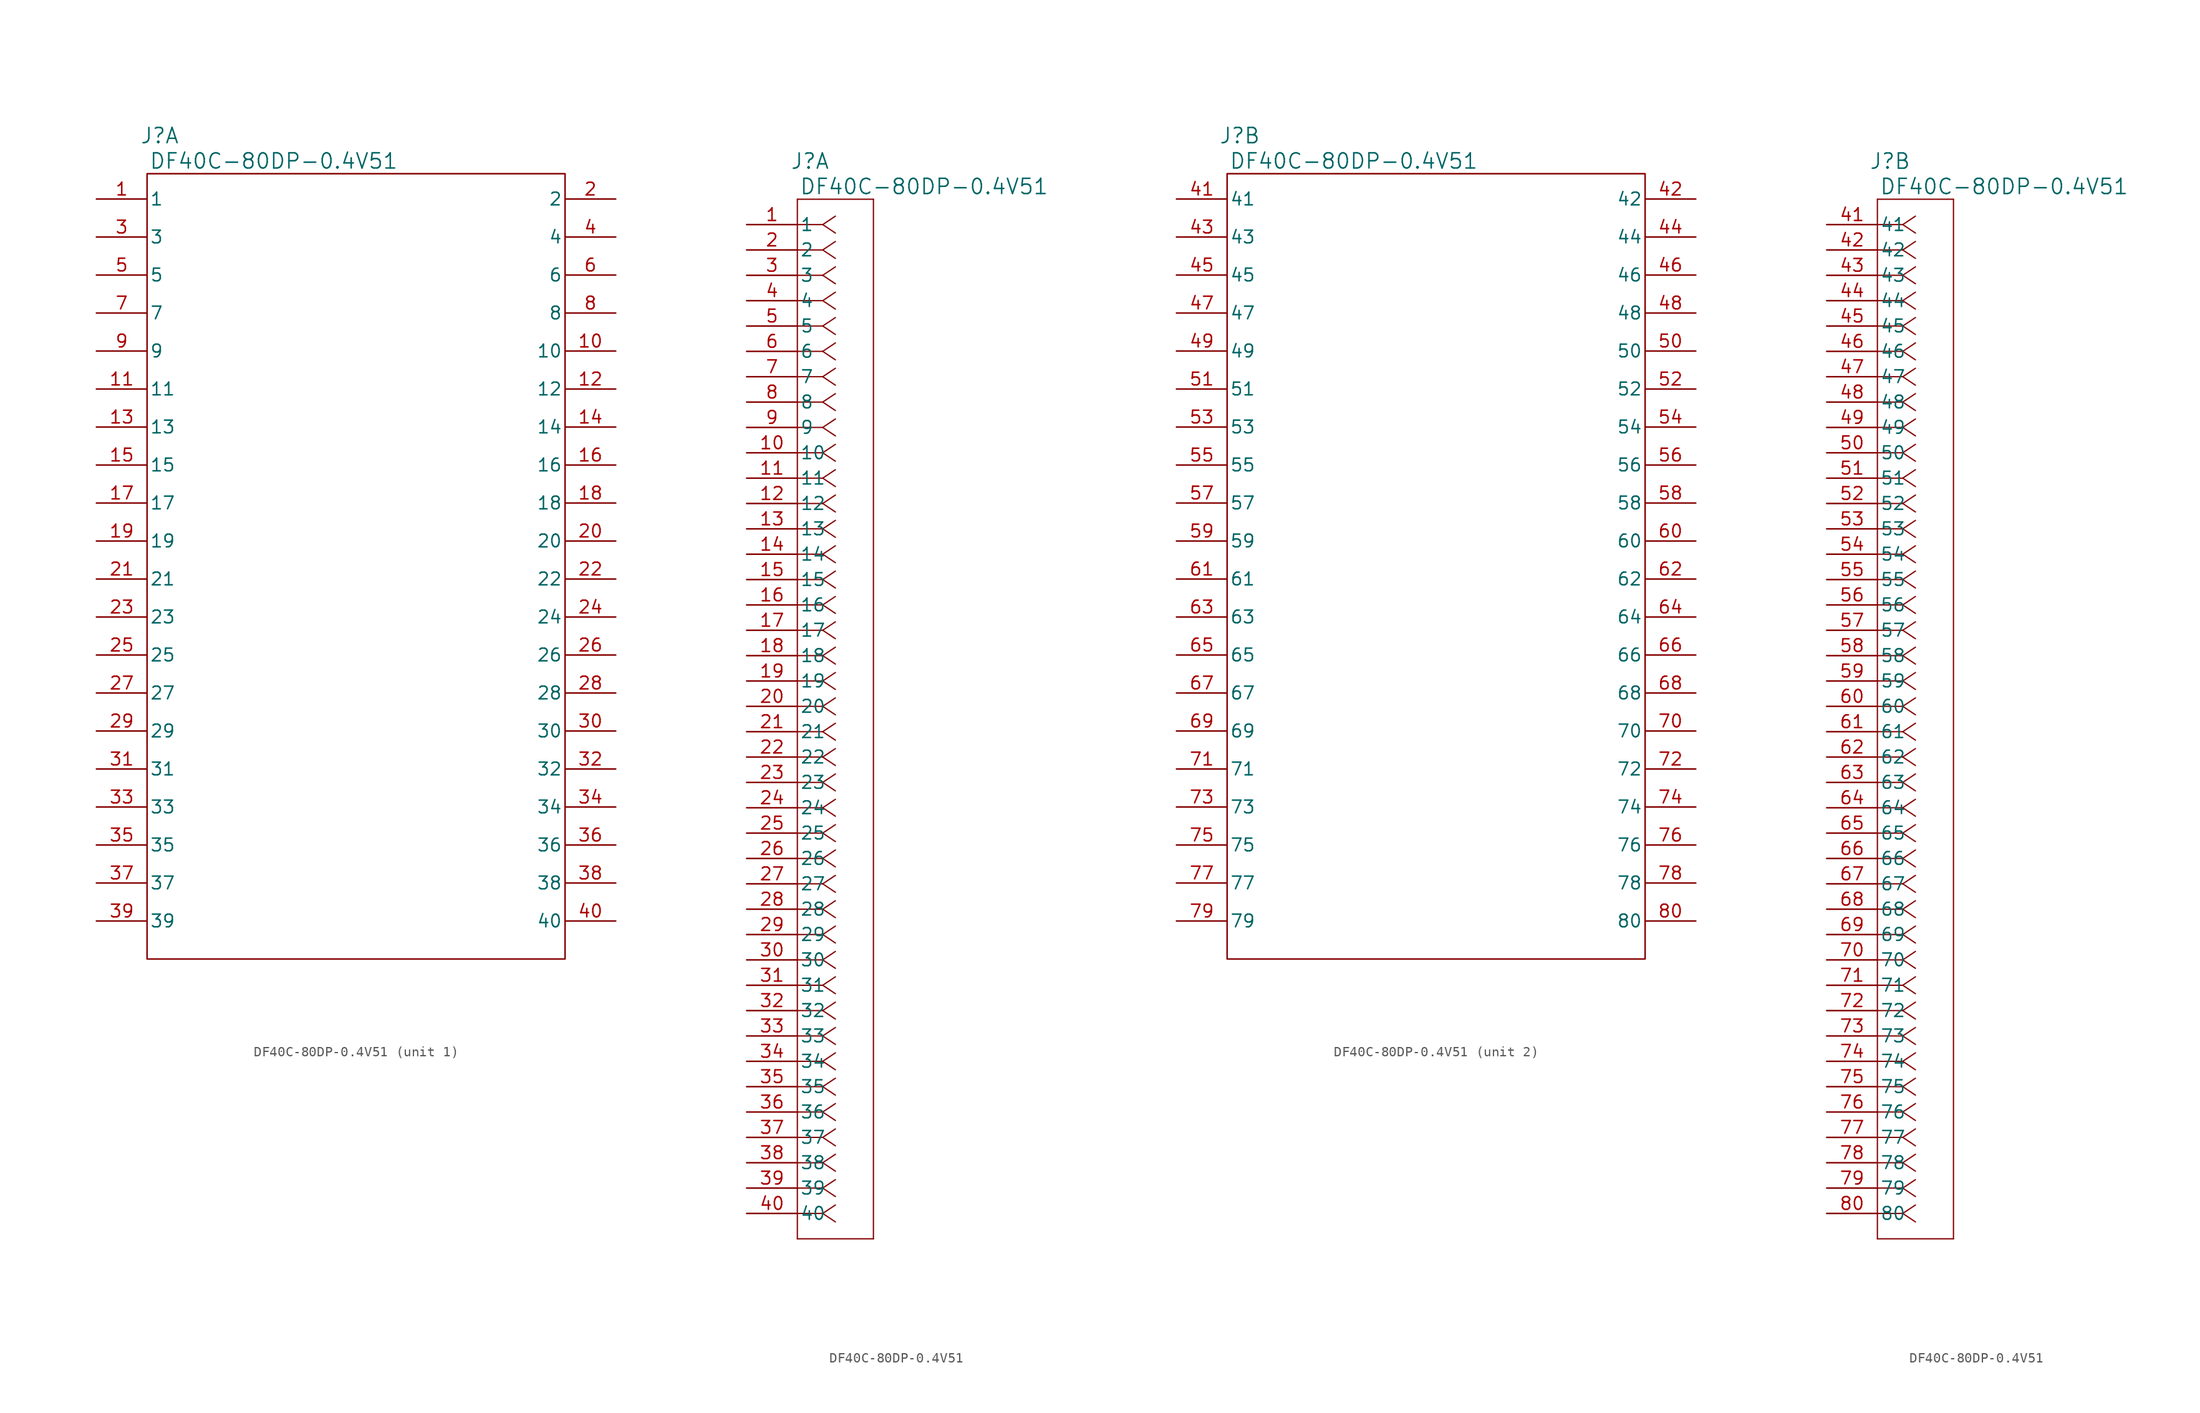
<source format=kicad_sym>
(kicad_symbol_lib
  (version 20220914)
  (generator kicad_symbol_editor)
  (symbol "DF40C-80DP-0.4V51"
    (pin_names
      (offset 0.254))
    (property "Reference" "J"
      (at 6.35 6.35 0)
      (effects (font (size 1.524 1.524))))
    (property "Value" "DF40C-80DP-0.4V51"
      (at 17.78 3.81 0)
      (effects (font (size 1.524 1.524))))
    (property "ki_locked" ""
      (at 0 0 0)
      (effects (font (size 1.27 1.27))))
    (symbol "DF40C-80DP-0.4V51_1_1"
      (rectangle (start 5.08 2.54) (end 46.99 -76.2) (stroke (width 0) (type default)) (fill (type none)))
      (pin unspecified line (at 0 0 0) (length 5.08) (name "1" (effects (font (size 1.27 1.27)))) (number "1" (effects (font (size 1.27 1.27)))))
      (pin unspecified line (at 52.07 -15.24 180) (length 5.08) (name "10" (effects (font (size 1.27 1.27)))) (number "10" (effects (font (size 1.27 1.27)))))
      (pin unspecified line (at 0 -19.05 0) (length 5.08) (name "11" (effects (font (size 1.27 1.27)))) (number "11" (effects (font (size 1.27 1.27)))))
      (pin unspecified line (at 52.07 -19.05 180) (length 5.08) (name "12" (effects (font (size 1.27 1.27)))) (number "12" (effects (font (size 1.27 1.27)))))
      (pin unspecified line (at 0 -22.86 0) (length 5.08) (name "13" (effects (font (size 1.27 1.27)))) (number "13" (effects (font (size 1.27 1.27)))))
      (pin unspecified line (at 52.07 -22.86 180) (length 5.08) (name "14" (effects (font (size 1.27 1.27)))) (number "14" (effects (font (size 1.27 1.27)))))
      (pin unspecified line (at 0 -26.67 0) (length 5.08) (name "15" (effects (font (size 1.27 1.27)))) (number "15" (effects (font (size 1.27 1.27)))))
      (pin unspecified line (at 52.07 -26.67 180) (length 5.08) (name "16" (effects (font (size 1.27 1.27)))) (number "16" (effects (font (size 1.27 1.27)))))
      (pin unspecified line (at 0 -30.48 0) (length 5.08) (name "17" (effects (font (size 1.27 1.27)))) (number "17" (effects (font (size 1.27 1.27)))))
      (pin unspecified line (at 52.07 -30.48 180) (length 5.08) (name "18" (effects (font (size 1.27 1.27)))) (number "18" (effects (font (size 1.27 1.27)))))
      (pin unspecified line (at 0 -34.29 0) (length 5.08) (name "19" (effects (font (size 1.27 1.27)))) (number "19" (effects (font (size 1.27 1.27)))))
      (pin unspecified line (at 52.07 0 180) (length 5.08) (name "2" (effects (font (size 1.27 1.27)))) (number "2" (effects (font (size 1.27 1.27)))))
      (pin unspecified line (at 52.07 -34.29 180) (length 5.08) (name "20" (effects (font (size 1.27 1.27)))) (number "20" (effects (font (size 1.27 1.27)))))
      (pin unspecified line (at 0 -38.1 0) (length 5.08) (name "21" (effects (font (size 1.27 1.27)))) (number "21" (effects (font (size 1.27 1.27)))))
      (pin unspecified line (at 52.07 -38.1 180) (length 5.08) (name "22" (effects (font (size 1.27 1.27)))) (number "22" (effects (font (size 1.27 1.27)))))
      (pin unspecified line (at 0 -41.91 0) (length 5.08) (name "23" (effects (font (size 1.27 1.27)))) (number "23" (effects (font (size 1.27 1.27)))))
      (pin unspecified line (at 52.07 -41.91 180) (length 5.08) (name "24" (effects (font (size 1.27 1.27)))) (number "24" (effects (font (size 1.27 1.27)))))
      (pin unspecified line (at 0 -45.72 0) (length 5.08) (name "25" (effects (font (size 1.27 1.27)))) (number "25" (effects (font (size 1.27 1.27)))))
      (pin unspecified line (at 52.07 -45.72 180) (length 5.08) (name "26" (effects (font (size 1.27 1.27)))) (number "26" (effects (font (size 1.27 1.27)))))
      (pin unspecified line (at 0 -49.53 0) (length 5.08) (name "27" (effects (font (size 1.27 1.27)))) (number "27" (effects (font (size 1.27 1.27)))))
      (pin unspecified line (at 52.07 -49.53 180) (length 5.08) (name "28" (effects (font (size 1.27 1.27)))) (number "28" (effects (font (size 1.27 1.27)))))
      (pin unspecified line (at 0 -53.34 0) (length 5.08) (name "29" (effects (font (size 1.27 1.27)))) (number "29" (effects (font (size 1.27 1.27)))))
      (pin unspecified line (at 0 -3.81 0) (length 5.08) (name "3" (effects (font (size 1.27 1.27)))) (number "3" (effects (font (size 1.27 1.27)))))
      (pin unspecified line (at 52.07 -53.34 180) (length 5.08) (name "30" (effects (font (size 1.27 1.27)))) (number "30" (effects (font (size 1.27 1.27)))))
      (pin unspecified line (at 0 -57.15 0) (length 5.08) (name "31" (effects (font (size 1.27 1.27)))) (number "31" (effects (font (size 1.27 1.27)))))
      (pin unspecified line (at 52.07 -57.15 180) (length 5.08) (name "32" (effects (font (size 1.27 1.27)))) (number "32" (effects (font (size 1.27 1.27)))))
      (pin unspecified line (at 0 -60.96 0) (length 5.08) (name "33" (effects (font (size 1.27 1.27)))) (number "33" (effects (font (size 1.27 1.27)))))
      (pin unspecified line (at 52.07 -60.96 180) (length 5.08) (name "34" (effects (font (size 1.27 1.27)))) (number "34" (effects (font (size 1.27 1.27)))))
      (pin unspecified line (at 0 -64.77 0) (length 5.08) (name "35" (effects (font (size 1.27 1.27)))) (number "35" (effects (font (size 1.27 1.27)))))
      (pin unspecified line (at 52.07 -64.77 180) (length 5.08) (name "36" (effects (font (size 1.27 1.27)))) (number "36" (effects (font (size 1.27 1.27)))))
      (pin unspecified line (at 0 -68.58 0) (length 5.08) (name "37" (effects (font (size 1.27 1.27)))) (number "37" (effects (font (size 1.27 1.27)))))
      (pin unspecified line (at 52.07 -68.58 180) (length 5.08) (name "38" (effects (font (size 1.27 1.27)))) (number "38" (effects (font (size 1.27 1.27)))))
      (pin unspecified line (at 0 -72.39 0) (length 5.08) (name "39" (effects (font (size 1.27 1.27)))) (number "39" (effects (font (size 1.27 1.27)))))
      (pin unspecified line (at 52.07 -3.81 180) (length 5.08) (name "4" (effects (font (size 1.27 1.27)))) (number "4" (effects (font (size 1.27 1.27)))))
      (pin unspecified line (at 52.07 -72.39 180) (length 5.08) (name "40" (effects (font (size 1.27 1.27)))) (number "40" (effects (font (size 1.27 1.27)))))
      (pin unspecified line (at 0 -7.62 0) (length 5.08) (name "5" (effects (font (size 1.27 1.27)))) (number "5" (effects (font (size 1.27 1.27)))))
      (pin unspecified line (at 52.07 -7.62 180) (length 5.08) (name "6" (effects (font (size 1.27 1.27)))) (number "6" (effects (font (size 1.27 1.27)))))
      (pin unspecified line (at 0 -11.43 0) (length 5.08) (name "7" (effects (font (size 1.27 1.27)))) (number "7" (effects (font (size 1.27 1.27)))))
      (pin unspecified line (at 52.07 -11.43 180) (length 5.08) (name "8" (effects (font (size 1.27 1.27)))) (number "8" (effects (font (size 1.27 1.27)))))
      (pin unspecified line (at 0 -15.24 0) (length 5.08) (name "9" (effects (font (size 1.27 1.27)))) (number "9" (effects (font (size 1.27 1.27))))))
    (symbol "DF40C-80DP-0.4V51_1_2"
      (polyline (pts (xy 5.08 -101.6) (xy 12.7 -101.6)) (stroke (width 0.127) (type default)) (fill (type none)))
      (polyline (pts (xy 5.08 2.54) (xy 5.08 -101.6)) (stroke (width 0.127) (type default)) (fill (type none)))
      (polyline (pts (xy 7.62 -99.06) (xy 5.08 -99.06)) (stroke (width 0.127) (type default)) (fill (type none)))
      (polyline (pts (xy 7.62 -99.06) (xy 8.89 -99.907)) (stroke (width 0.127) (type default)) (fill (type none)))
      (polyline (pts (xy 7.62 -99.06) (xy 8.89 -98.213)) (stroke (width 0.127) (type default)) (fill (type none)))
      (polyline (pts (xy 7.62 -96.52) (xy 5.08 -96.52)) (stroke (width 0.127) (type default)) (fill (type none)))
      (polyline (pts (xy 7.62 -96.52) (xy 8.89 -97.367)) (stroke (width 0.127) (type default)) (fill (type none)))
      (polyline (pts (xy 7.62 -96.52) (xy 8.89 -95.673)) (stroke (width 0.127) (type default)) (fill (type none)))
      (polyline (pts (xy 7.62 -93.98) (xy 5.08 -93.98)) (stroke (width 0.127) (type default)) (fill (type none)))
      (polyline (pts (xy 7.62 -93.98) (xy 8.89 -94.827)) (stroke (width 0.127) (type default)) (fill (type none)))
      (polyline (pts (xy 7.62 -93.98) (xy 8.89 -93.133)) (stroke (width 0.127) (type default)) (fill (type none)))
      (polyline (pts (xy 7.62 -91.44) (xy 5.08 -91.44)) (stroke (width 0.127) (type default)) (fill (type none)))
      (polyline (pts (xy 7.62 -91.44) (xy 8.89 -92.287)) (stroke (width 0.127) (type default)) (fill (type none)))
      (polyline (pts (xy 7.62 -91.44) (xy 8.89 -90.593)) (stroke (width 0.127) (type default)) (fill (type none)))
      (polyline (pts (xy 7.62 -88.9) (xy 5.08 -88.9)) (stroke (width 0.127) (type default)) (fill (type none)))
      (polyline (pts (xy 7.62 -88.9) (xy 8.89 -89.747)) (stroke (width 0.127) (type default)) (fill (type none)))
      (polyline (pts (xy 7.62 -88.9) (xy 8.89 -88.053)) (stroke (width 0.127) (type default)) (fill (type none)))
      (polyline (pts (xy 7.62 -86.36) (xy 5.08 -86.36)) (stroke (width 0.127) (type default)) (fill (type none)))
      (polyline (pts (xy 7.62 -86.36) (xy 8.89 -87.207)) (stroke (width 0.127) (type default)) (fill (type none)))
      (polyline (pts (xy 7.62 -86.36) (xy 8.89 -85.513)) (stroke (width 0.127) (type default)) (fill (type none)))
      (polyline (pts (xy 7.62 -83.82) (xy 5.08 -83.82)) (stroke (width 0.127) (type default)) (fill (type none)))
      (polyline (pts (xy 7.62 -83.82) (xy 8.89 -84.667)) (stroke (width 0.127) (type default)) (fill (type none)))
      (polyline (pts (xy 7.62 -83.82) (xy 8.89 -82.973)) (stroke (width 0.127) (type default)) (fill (type none)))
      (polyline (pts (xy 7.62 -81.28) (xy 5.08 -81.28)) (stroke (width 0.127) (type default)) (fill (type none)))
      (polyline (pts (xy 7.62 -81.28) (xy 8.89 -82.127)) (stroke (width 0.127) (type default)) (fill (type none)))
      (polyline (pts (xy 7.62 -81.28) (xy 8.89 -80.433)) (stroke (width 0.127) (type default)) (fill (type none)))
      (polyline (pts (xy 7.62 -78.74) (xy 5.08 -78.74)) (stroke (width 0.127) (type default)) (fill (type none)))
      (polyline (pts (xy 7.62 -78.74) (xy 8.89 -79.587)) (stroke (width 0.127) (type default)) (fill (type none)))
      (polyline (pts (xy 7.62 -78.74) (xy 8.89 -77.893)) (stroke (width 0.127) (type default)) (fill (type none)))
      (polyline (pts (xy 7.62 -76.2) (xy 5.08 -76.2)) (stroke (width 0.127) (type default)) (fill (type none)))
      (polyline (pts (xy 7.62 -76.2) (xy 8.89 -77.047)) (stroke (width 0.127) (type default)) (fill (type none)))
      (polyline (pts (xy 7.62 -76.2) (xy 8.89 -75.353)) (stroke (width 0.127) (type default)) (fill (type none)))
      (polyline (pts (xy 7.62 -73.66) (xy 5.08 -73.66)) (stroke (width 0.127) (type default)) (fill (type none)))
      (polyline (pts (xy 7.62 -73.66) (xy 8.89 -74.507)) (stroke (width 0.127) (type default)) (fill (type none)))
      (polyline (pts (xy 7.62 -73.66) (xy 8.89 -72.813)) (stroke (width 0.127) (type default)) (fill (type none)))
      (polyline (pts (xy 7.62 -71.12) (xy 5.08 -71.12)) (stroke (width 0.127) (type default)) (fill (type none)))
      (polyline (pts (xy 7.62 -71.12) (xy 8.89 -71.967)) (stroke (width 0.127) (type default)) (fill (type none)))
      (polyline (pts (xy 7.62 -71.12) (xy 8.89 -70.273)) (stroke (width 0.127) (type default)) (fill (type none)))
      (polyline (pts (xy 7.62 -68.58) (xy 5.08 -68.58)) (stroke (width 0.127) (type default)) (fill (type none)))
      (polyline (pts (xy 7.62 -68.58) (xy 8.89 -69.427)) (stroke (width 0.127) (type default)) (fill (type none)))
      (polyline (pts (xy 7.62 -68.58) (xy 8.89 -67.733)) (stroke (width 0.127) (type default)) (fill (type none)))
      (polyline (pts (xy 7.62 -66.04) (xy 5.08 -66.04)) (stroke (width 0.127) (type default)) (fill (type none)))
      (polyline (pts (xy 7.62 -66.04) (xy 8.89 -66.887)) (stroke (width 0.127) (type default)) (fill (type none)))
      (polyline (pts (xy 7.62 -66.04) (xy 8.89 -65.193)) (stroke (width 0.127) (type default)) (fill (type none)))
      (polyline (pts (xy 7.62 -63.5) (xy 5.08 -63.5)) (stroke (width 0.127) (type default)) (fill (type none)))
      (polyline (pts (xy 7.62 -63.5) (xy 8.89 -64.347)) (stroke (width 0.127) (type default)) (fill (type none)))
      (polyline (pts (xy 7.62 -63.5) (xy 8.89 -62.653)) (stroke (width 0.127) (type default)) (fill (type none)))
      (polyline (pts (xy 7.62 -60.96) (xy 5.08 -60.96)) (stroke (width 0.127) (type default)) (fill (type none)))
      (polyline (pts (xy 7.62 -60.96) (xy 8.89 -61.807)) (stroke (width 0.127) (type default)) (fill (type none)))
      (polyline (pts (xy 7.62 -60.96) (xy 8.89 -60.113)) (stroke (width 0.127) (type default)) (fill (type none)))
      (polyline (pts (xy 7.62 -58.42) (xy 5.08 -58.42)) (stroke (width 0.127) (type default)) (fill (type none)))
      (polyline (pts (xy 7.62 -58.42) (xy 8.89 -59.267)) (stroke (width 0.127) (type default)) (fill (type none)))
      (polyline (pts (xy 7.62 -58.42) (xy 8.89 -57.573)) (stroke (width 0.127) (type default)) (fill (type none)))
      (polyline (pts (xy 7.62 -55.88) (xy 5.08 -55.88)) (stroke (width 0.127) (type default)) (fill (type none)))
      (polyline (pts (xy 7.62 -55.88) (xy 8.89 -56.727)) (stroke (width 0.127) (type default)) (fill (type none)))
      (polyline (pts (xy 7.62 -55.88) (xy 8.89 -55.033)) (stroke (width 0.127) (type default)) (fill (type none)))
      (polyline (pts (xy 7.62 -53.34) (xy 5.08 -53.34)) (stroke (width 0.127) (type default)) (fill (type none)))
      (polyline (pts (xy 7.62 -53.34) (xy 8.89 -54.187)) (stroke (width 0.127) (type default)) (fill (type none)))
      (polyline (pts (xy 7.62 -53.34) (xy 8.89 -52.493)) (stroke (width 0.127) (type default)) (fill (type none)))
      (polyline (pts (xy 7.62 -50.8) (xy 5.08 -50.8)) (stroke (width 0.127) (type default)) (fill (type none)))
      (polyline (pts (xy 7.62 -50.8) (xy 8.89 -51.647)) (stroke (width 0.127) (type default)) (fill (type none)))
      (polyline (pts (xy 7.62 -50.8) (xy 8.89 -49.953)) (stroke (width 0.127) (type default)) (fill (type none)))
      (polyline (pts (xy 7.62 -48.26) (xy 5.08 -48.26)) (stroke (width 0.127) (type default)) (fill (type none)))
      (polyline (pts (xy 7.62 -48.26) (xy 8.89 -49.107)) (stroke (width 0.127) (type default)) (fill (type none)))
      (polyline (pts (xy 7.62 -48.26) (xy 8.89 -47.413)) (stroke (width 0.127) (type default)) (fill (type none)))
      (polyline (pts (xy 7.62 -45.72) (xy 5.08 -45.72)) (stroke (width 0.127) (type default)) (fill (type none)))
      (polyline (pts (xy 7.62 -45.72) (xy 8.89 -46.567)) (stroke (width 0.127) (type default)) (fill (type none)))
      (polyline (pts (xy 7.62 -45.72) (xy 8.89 -44.873)) (stroke (width 0.127) (type default)) (fill (type none)))
      (polyline (pts (xy 7.62 -43.18) (xy 5.08 -43.18)) (stroke (width 0.127) (type default)) (fill (type none)))
      (polyline (pts (xy 7.62 -43.18) (xy 8.89 -44.027)) (stroke (width 0.127) (type default)) (fill (type none)))
      (polyline (pts (xy 7.62 -43.18) (xy 8.89 -42.333)) (stroke (width 0.127) (type default)) (fill (type none)))
      (polyline (pts (xy 7.62 -40.64) (xy 5.08 -40.64)) (stroke (width 0.127) (type default)) (fill (type none)))
      (polyline (pts (xy 7.62 -40.64) (xy 8.89 -41.487)) (stroke (width 0.127) (type default)) (fill (type none)))
      (polyline (pts (xy 7.62 -40.64) (xy 8.89 -39.793)) (stroke (width 0.127) (type default)) (fill (type none)))
      (polyline (pts (xy 7.62 -38.1) (xy 5.08 -38.1)) (stroke (width 0.127) (type default)) (fill (type none)))
      (polyline (pts (xy 7.62 -38.1) (xy 8.89 -38.947)) (stroke (width 0.127) (type default)) (fill (type none)))
      (polyline (pts (xy 7.62 -38.1) (xy 8.89 -37.253)) (stroke (width 0.127) (type default)) (fill (type none)))
      (polyline (pts (xy 7.62 -35.56) (xy 5.08 -35.56)) (stroke (width 0.127) (type default)) (fill (type none)))
      (polyline (pts (xy 7.62 -35.56) (xy 8.89 -36.407)) (stroke (width 0.127) (type default)) (fill (type none)))
      (polyline (pts (xy 7.62 -35.56) (xy 8.89 -34.713)) (stroke (width 0.127) (type default)) (fill (type none)))
      (polyline (pts (xy 7.62 -33.02) (xy 5.08 -33.02)) (stroke (width 0.127) (type default)) (fill (type none)))
      (polyline (pts (xy 7.62 -33.02) (xy 8.89 -33.867)) (stroke (width 0.127) (type default)) (fill (type none)))
      (polyline (pts (xy 7.62 -33.02) (xy 8.89 -32.173)) (stroke (width 0.127) (type default)) (fill (type none)))
      (polyline (pts (xy 7.62 -30.48) (xy 5.08 -30.48)) (stroke (width 0.127) (type default)) (fill (type none)))
      (polyline (pts (xy 7.62 -30.48) (xy 8.89 -31.327)) (stroke (width 0.127) (type default)) (fill (type none)))
      (polyline (pts (xy 7.62 -30.48) (xy 8.89 -29.633)) (stroke (width 0.127) (type default)) (fill (type none)))
      (polyline (pts (xy 7.62 -27.94) (xy 5.08 -27.94)) (stroke (width 0.127) (type default)) (fill (type none)))
      (polyline (pts (xy 7.62 -27.94) (xy 8.89 -28.787)) (stroke (width 0.127) (type default)) (fill (type none)))
      (polyline (pts (xy 7.62 -27.94) (xy 8.89 -27.093)) (stroke (width 0.127) (type default)) (fill (type none)))
      (polyline (pts (xy 7.62 -25.4) (xy 5.08 -25.4)) (stroke (width 0.127) (type default)) (fill (type none)))
      (polyline (pts (xy 7.62 -25.4) (xy 8.89 -26.247)) (stroke (width 0.127) (type default)) (fill (type none)))
      (polyline (pts (xy 7.62 -25.4) (xy 8.89 -24.553)) (stroke (width 0.127) (type default)) (fill (type none)))
      (polyline (pts (xy 7.62 -22.86) (xy 5.08 -22.86)) (stroke (width 0.127) (type default)) (fill (type none)))
      (polyline (pts (xy 7.62 -22.86) (xy 8.89 -23.707)) (stroke (width 0.127) (type default)) (fill (type none)))
      (polyline (pts (xy 7.62 -22.86) (xy 8.89 -22.013)) (stroke (width 0.127) (type default)) (fill (type none)))
      (polyline (pts (xy 7.62 -20.32) (xy 5.08 -20.32)) (stroke (width 0.127) (type default)) (fill (type none)))
      (polyline (pts (xy 7.62 -20.32) (xy 8.89 -21.167)) (stroke (width 0.127) (type default)) (fill (type none)))
      (polyline (pts (xy 7.62 -20.32) (xy 8.89 -19.473)) (stroke (width 0.127) (type default)) (fill (type none)))
      (polyline (pts (xy 7.62 -17.78) (xy 5.08 -17.78)) (stroke (width 0.127) (type default)) (fill (type none)))
      (polyline (pts (xy 7.62 -17.78) (xy 8.89 -18.627)) (stroke (width 0.127) (type default)) (fill (type none)))
      (polyline (pts (xy 7.62 -17.78) (xy 8.89 -16.933)) (stroke (width 0.127) (type default)) (fill (type none)))
      (polyline (pts (xy 7.62 -15.24) (xy 5.08 -15.24)) (stroke (width 0.127) (type default)) (fill (type none)))
      (polyline (pts (xy 7.62 -15.24) (xy 8.89 -16.087)) (stroke (width 0.127) (type default)) (fill (type none)))
      (polyline (pts (xy 7.62 -15.24) (xy 8.89 -14.393)) (stroke (width 0.127) (type default)) (fill (type none)))
      (polyline (pts (xy 7.62 -12.7) (xy 5.08 -12.7)) (stroke (width 0.127) (type default)) (fill (type none)))
      (polyline (pts (xy 7.62 -12.7) (xy 8.89 -13.547)) (stroke (width 0.127) (type default)) (fill (type none)))
      (polyline (pts (xy 7.62 -12.7) (xy 8.89 -11.853)) (stroke (width 0.127) (type default)) (fill (type none)))
      (polyline (pts (xy 7.62 -10.16) (xy 5.08 -10.16)) (stroke (width 0.127) (type default)) (fill (type none)))
      (polyline (pts (xy 7.62 -10.16) (xy 8.89 -11.007)) (stroke (width 0.127) (type default)) (fill (type none)))
      (polyline (pts (xy 7.62 -10.16) (xy 8.89 -9.313)) (stroke (width 0.127) (type default)) (fill (type none)))
      (polyline (pts (xy 7.62 -7.62) (xy 5.08 -7.62)) (stroke (width 0.127) (type default)) (fill (type none)))
      (polyline (pts (xy 7.62 -7.62) (xy 8.89 -8.467)) (stroke (width 0.127) (type default)) (fill (type none)))
      (polyline (pts (xy 7.62 -7.62) (xy 8.89 -6.773)) (stroke (width 0.127) (type default)) (fill (type none)))
      (polyline (pts (xy 7.62 -5.08) (xy 5.08 -5.08)) (stroke (width 0.127) (type default)) (fill (type none)))
      (polyline (pts (xy 7.62 -5.08) (xy 8.89 -5.927)) (stroke (width 0.127) (type default)) (fill (type none)))
      (polyline (pts (xy 7.62 -5.08) (xy 8.89 -4.233)) (stroke (width 0.127) (type default)) (fill (type none)))
      (polyline (pts (xy 7.62 -2.54) (xy 5.08 -2.54)) (stroke (width 0.127) (type default)) (fill (type none)))
      (polyline (pts (xy 7.62 -2.54) (xy 8.89 -3.387)) (stroke (width 0.127) (type default)) (fill (type none)))
      (polyline (pts (xy 7.62 -2.54) (xy 8.89 -1.693)) (stroke (width 0.127) (type default)) (fill (type none)))
      (polyline (pts (xy 7.62 0) (xy 5.08 0)) (stroke (width 0.127) (type default)) (fill (type none)))
      (polyline (pts (xy 7.62 0) (xy 8.89 -0.847)) (stroke (width 0.127) (type default)) (fill (type none)))
      (polyline (pts (xy 7.62 0) (xy 8.89 0.847)) (stroke (width 0.127) (type default)) (fill (type none)))
      (polyline (pts (xy 12.7 -101.6) (xy 12.7 2.54)) (stroke (width 0.127) (type default)) (fill (type none)))
      (polyline (pts (xy 12.7 2.54) (xy 5.08 2.54)) (stroke (width 0.127) (type default)) (fill (type none)))
      (pin unspecified line (at 0 0 0) (length 5.08) (name "1" (effects (font (size 1.27 1.27)))) (number "1" (effects (font (size 1.27 1.27)))))
      (pin unspecified line (at 0 -22.86 0) (length 5.08) (name "10" (effects (font (size 1.27 1.27)))) (number "10" (effects (font (size 1.27 1.27)))))
      (pin unspecified line (at 0 -25.4 0) (length 5.08) (name "11" (effects (font (size 1.27 1.27)))) (number "11" (effects (font (size 1.27 1.27)))))
      (pin unspecified line (at 0 -27.94 0) (length 5.08) (name "12" (effects (font (size 1.27 1.27)))) (number "12" (effects (font (size 1.27 1.27)))))
      (pin unspecified line (at 0 -30.48 0) (length 5.08) (name "13" (effects (font (size 1.27 1.27)))) (number "13" (effects (font (size 1.27 1.27)))))
      (pin unspecified line (at 0 -33.02 0) (length 5.08) (name "14" (effects (font (size 1.27 1.27)))) (number "14" (effects (font (size 1.27 1.27)))))
      (pin unspecified line (at 0 -35.56 0) (length 5.08) (name "15" (effects (font (size 1.27 1.27)))) (number "15" (effects (font (size 1.27 1.27)))))
      (pin unspecified line (at 0 -38.1 0) (length 5.08) (name "16" (effects (font (size 1.27 1.27)))) (number "16" (effects (font (size 1.27 1.27)))))
      (pin unspecified line (at 0 -40.64 0) (length 5.08) (name "17" (effects (font (size 1.27 1.27)))) (number "17" (effects (font (size 1.27 1.27)))))
      (pin unspecified line (at 0 -43.18 0) (length 5.08) (name "18" (effects (font (size 1.27 1.27)))) (number "18" (effects (font (size 1.27 1.27)))))
      (pin unspecified line (at 0 -45.72 0) (length 5.08) (name "19" (effects (font (size 1.27 1.27)))) (number "19" (effects (font (size 1.27 1.27)))))
      (pin unspecified line (at 0 -2.54 0) (length 5.08) (name "2" (effects (font (size 1.27 1.27)))) (number "2" (effects (font (size 1.27 1.27)))))
      (pin unspecified line (at 0 -48.26 0) (length 5.08) (name "20" (effects (font (size 1.27 1.27)))) (number "20" (effects (font (size 1.27 1.27)))))
      (pin unspecified line (at 0 -50.8 0) (length 5.08) (name "21" (effects (font (size 1.27 1.27)))) (number "21" (effects (font (size 1.27 1.27)))))
      (pin unspecified line (at 0 -53.34 0) (length 5.08) (name "22" (effects (font (size 1.27 1.27)))) (number "22" (effects (font (size 1.27 1.27)))))
      (pin unspecified line (at 0 -55.88 0) (length 5.08) (name "23" (effects (font (size 1.27 1.27)))) (number "23" (effects (font (size 1.27 1.27)))))
      (pin unspecified line (at 0 -58.42 0) (length 5.08) (name "24" (effects (font (size 1.27 1.27)))) (number "24" (effects (font (size 1.27 1.27)))))
      (pin unspecified line (at 0 -60.96 0) (length 5.08) (name "25" (effects (font (size 1.27 1.27)))) (number "25" (effects (font (size 1.27 1.27)))))
      (pin unspecified line (at 0 -63.5 0) (length 5.08) (name "26" (effects (font (size 1.27 1.27)))) (number "26" (effects (font (size 1.27 1.27)))))
      (pin unspecified line (at 0 -66.04 0) (length 5.08) (name "27" (effects (font (size 1.27 1.27)))) (number "27" (effects (font (size 1.27 1.27)))))
      (pin unspecified line (at 0 -68.58 0) (length 5.08) (name "28" (effects (font (size 1.27 1.27)))) (number "28" (effects (font (size 1.27 1.27)))))
      (pin unspecified line (at 0 -71.12 0) (length 5.08) (name "29" (effects (font (size 1.27 1.27)))) (number "29" (effects (font (size 1.27 1.27)))))
      (pin unspecified line (at 0 -5.08 0) (length 5.08) (name "3" (effects (font (size 1.27 1.27)))) (number "3" (effects (font (size 1.27 1.27)))))
      (pin unspecified line (at 0 -73.66 0) (length 5.08) (name "30" (effects (font (size 1.27 1.27)))) (number "30" (effects (font (size 1.27 1.27)))))
      (pin unspecified line (at 0 -76.2 0) (length 5.08) (name "31" (effects (font (size 1.27 1.27)))) (number "31" (effects (font (size 1.27 1.27)))))
      (pin unspecified line (at 0 -78.74 0) (length 5.08) (name "32" (effects (font (size 1.27 1.27)))) (number "32" (effects (font (size 1.27 1.27)))))
      (pin unspecified line (at 0 -81.28 0) (length 5.08) (name "33" (effects (font (size 1.27 1.27)))) (number "33" (effects (font (size 1.27 1.27)))))
      (pin unspecified line (at 0 -83.82 0) (length 5.08) (name "34" (effects (font (size 1.27 1.27)))) (number "34" (effects (font (size 1.27 1.27)))))
      (pin unspecified line (at 0 -86.36 0) (length 5.08) (name "35" (effects (font (size 1.27 1.27)))) (number "35" (effects (font (size 1.27 1.27)))))
      (pin unspecified line (at 0 -88.9 0) (length 5.08) (name "36" (effects (font (size 1.27 1.27)))) (number "36" (effects (font (size 1.27 1.27)))))
      (pin unspecified line (at 0 -91.44 0) (length 5.08) (name "37" (effects (font (size 1.27 1.27)))) (number "37" (effects (font (size 1.27 1.27)))))
      (pin unspecified line (at 0 -93.98 0) (length 5.08) (name "38" (effects (font (size 1.27 1.27)))) (number "38" (effects (font (size 1.27 1.27)))))
      (pin unspecified line (at 0 -96.52 0) (length 5.08) (name "39" (effects (font (size 1.27 1.27)))) (number "39" (effects (font (size 1.27 1.27)))))
      (pin unspecified line (at 0 -7.62 0) (length 5.08) (name "4" (effects (font (size 1.27 1.27)))) (number "4" (effects (font (size 1.27 1.27)))))
      (pin unspecified line (at 0 -99.06 0) (length 5.08) (name "40" (effects (font (size 1.27 1.27)))) (number "40" (effects (font (size 1.27 1.27)))))
      (pin unspecified line (at 0 -10.16 0) (length 5.08) (name "5" (effects (font (size 1.27 1.27)))) (number "5" (effects (font (size 1.27 1.27)))))
      (pin unspecified line (at 0 -12.7 0) (length 5.08) (name "6" (effects (font (size 1.27 1.27)))) (number "6" (effects (font (size 1.27 1.27)))))
      (pin unspecified line (at 0 -15.24 0) (length 5.08) (name "7" (effects (font (size 1.27 1.27)))) (number "7" (effects (font (size 1.27 1.27)))))
      (pin unspecified line (at 0 -17.78 0) (length 5.08) (name "8" (effects (font (size 1.27 1.27)))) (number "8" (effects (font (size 1.27 1.27)))))
      (pin unspecified line (at 0 -20.32 0) (length 5.08) (name "9" (effects (font (size 1.27 1.27)))) (number "9" (effects (font (size 1.27 1.27))))))
    (symbol "DF40C-80DP-0.4V51_2_1"
      (rectangle (start 5.08 2.54) (end 46.99 -76.2) (stroke (width 0) (type default)) (fill (type none)))
      (pin unspecified line (at 0 0 0) (length 5.08) (name "41" (effects (font (size 1.27 1.27)))) (number "41" (effects (font (size 1.27 1.27)))))
      (pin unspecified line (at 52.07 0 180) (length 5.08) (name "42" (effects (font (size 1.27 1.27)))) (number "42" (effects (font (size 1.27 1.27)))))
      (pin unspecified line (at 0 -3.81 0) (length 5.08) (name "43" (effects (font (size 1.27 1.27)))) (number "43" (effects (font (size 1.27 1.27)))))
      (pin unspecified line (at 52.07 -3.81 180) (length 5.08) (name "44" (effects (font (size 1.27 1.27)))) (number "44" (effects (font (size 1.27 1.27)))))
      (pin unspecified line (at 0 -7.62 0) (length 5.08) (name "45" (effects (font (size 1.27 1.27)))) (number "45" (effects (font (size 1.27 1.27)))))
      (pin unspecified line (at 52.07 -7.62 180) (length 5.08) (name "46" (effects (font (size 1.27 1.27)))) (number "46" (effects (font (size 1.27 1.27)))))
      (pin unspecified line (at 0 -11.43 0) (length 5.08) (name "47" (effects (font (size 1.27 1.27)))) (number "47" (effects (font (size 1.27 1.27)))))
      (pin unspecified line (at 52.07 -11.43 180) (length 5.08) (name "48" (effects (font (size 1.27 1.27)))) (number "48" (effects (font (size 1.27 1.27)))))
      (pin unspecified line (at 0 -15.24 0) (length 5.08) (name "49" (effects (font (size 1.27 1.27)))) (number "49" (effects (font (size 1.27 1.27)))))
      (pin unspecified line (at 52.07 -15.24 180) (length 5.08) (name "50" (effects (font (size 1.27 1.27)))) (number "50" (effects (font (size 1.27 1.27)))))
      (pin unspecified line (at 0 -19.05 0) (length 5.08) (name "51" (effects (font (size 1.27 1.27)))) (number "51" (effects (font (size 1.27 1.27)))))
      (pin unspecified line (at 52.07 -19.05 180) (length 5.08) (name "52" (effects (font (size 1.27 1.27)))) (number "52" (effects (font (size 1.27 1.27)))))
      (pin unspecified line (at 0 -22.86 0) (length 5.08) (name "53" (effects (font (size 1.27 1.27)))) (number "53" (effects (font (size 1.27 1.27)))))
      (pin unspecified line (at 52.07 -22.86 180) (length 5.08) (name "54" (effects (font (size 1.27 1.27)))) (number "54" (effects (font (size 1.27 1.27)))))
      (pin unspecified line (at 0 -26.67 0) (length 5.08) (name "55" (effects (font (size 1.27 1.27)))) (number "55" (effects (font (size 1.27 1.27)))))
      (pin unspecified line (at 52.07 -26.67 180) (length 5.08) (name "56" (effects (font (size 1.27 1.27)))) (number "56" (effects (font (size 1.27 1.27)))))
      (pin unspecified line (at 0 -30.48 0) (length 5.08) (name "57" (effects (font (size 1.27 1.27)))) (number "57" (effects (font (size 1.27 1.27)))))
      (pin unspecified line (at 52.07 -30.48 180) (length 5.08) (name "58" (effects (font (size 1.27 1.27)))) (number "58" (effects (font (size 1.27 1.27)))))
      (pin unspecified line (at 0 -34.29 0) (length 5.08) (name "59" (effects (font (size 1.27 1.27)))) (number "59" (effects (font (size 1.27 1.27)))))
      (pin unspecified line (at 52.07 -34.29 180) (length 5.08) (name "60" (effects (font (size 1.27 1.27)))) (number "60" (effects (font (size 1.27 1.27)))))
      (pin unspecified line (at 0 -38.1 0) (length 5.08) (name "61" (effects (font (size 1.27 1.27)))) (number "61" (effects (font (size 1.27 1.27)))))
      (pin unspecified line (at 52.07 -38.1 180) (length 5.08) (name "62" (effects (font (size 1.27 1.27)))) (number "62" (effects (font (size 1.27 1.27)))))
      (pin unspecified line (at 0 -41.91 0) (length 5.08) (name "63" (effects (font (size 1.27 1.27)))) (number "63" (effects (font (size 1.27 1.27)))))
      (pin unspecified line (at 52.07 -41.91 180) (length 5.08) (name "64" (effects (font (size 1.27 1.27)))) (number "64" (effects (font (size 1.27 1.27)))))
      (pin unspecified line (at 0 -45.72 0) (length 5.08) (name "65" (effects (font (size 1.27 1.27)))) (number "65" (effects (font (size 1.27 1.27)))))
      (pin unspecified line (at 52.07 -45.72 180) (length 5.08) (name "66" (effects (font (size 1.27 1.27)))) (number "66" (effects (font (size 1.27 1.27)))))
      (pin unspecified line (at 0 -49.53 0) (length 5.08) (name "67" (effects (font (size 1.27 1.27)))) (number "67" (effects (font (size 1.27 1.27)))))
      (pin unspecified line (at 52.07 -49.53 180) (length 5.08) (name "68" (effects (font (size 1.27 1.27)))) (number "68" (effects (font (size 1.27 1.27)))))
      (pin unspecified line (at 0 -53.34 0) (length 5.08) (name "69" (effects (font (size 1.27 1.27)))) (number "69" (effects (font (size 1.27 1.27)))))
      (pin unspecified line (at 52.07 -53.34 180) (length 5.08) (name "70" (effects (font (size 1.27 1.27)))) (number "70" (effects (font (size 1.27 1.27)))))
      (pin unspecified line (at 0 -57.15 0) (length 5.08) (name "71" (effects (font (size 1.27 1.27)))) (number "71" (effects (font (size 1.27 1.27)))))
      (pin unspecified line (at 52.07 -57.15 180) (length 5.08) (name "72" (effects (font (size 1.27 1.27)))) (number "72" (effects (font (size 1.27 1.27)))))
      (pin unspecified line (at 0 -60.96 0) (length 5.08) (name "73" (effects (font (size 1.27 1.27)))) (number "73" (effects (font (size 1.27 1.27)))))
      (pin unspecified line (at 52.07 -60.96 180) (length 5.08) (name "74" (effects (font (size 1.27 1.27)))) (number "74" (effects (font (size 1.27 1.27)))))
      (pin unspecified line (at 0 -64.77 0) (length 5.08) (name "75" (effects (font (size 1.27 1.27)))) (number "75" (effects (font (size 1.27 1.27)))))
      (pin unspecified line (at 52.07 -64.77 180) (length 5.08) (name "76" (effects (font (size 1.27 1.27)))) (number "76" (effects (font (size 1.27 1.27)))))
      (pin unspecified line (at 0 -68.58 0) (length 5.08) (name "77" (effects (font (size 1.27 1.27)))) (number "77" (effects (font (size 1.27 1.27)))))
      (pin unspecified line (at 52.07 -68.58 180) (length 5.08) (name "78" (effects (font (size 1.27 1.27)))) (number "78" (effects (font (size 1.27 1.27)))))
      (pin unspecified line (at 0 -72.39 0) (length 5.08) (name "79" (effects (font (size 1.27 1.27)))) (number "79" (effects (font (size 1.27 1.27)))))
      (pin unspecified line (at 52.07 -72.39 180) (length 5.08) (name "80" (effects (font (size 1.27 1.27)))) (number "80" (effects (font (size 1.27 1.27))))))
    (symbol "DF40C-80DP-0.4V51_2_2"
      (polyline (pts (xy 5.08 -101.6) (xy 12.7 -101.6)) (stroke (width 0.127) (type default)) (fill (type none)))
      (polyline (pts (xy 5.08 2.54) (xy 5.08 -101.6)) (stroke (width 0.127) (type default)) (fill (type none)))
      (polyline (pts (xy 7.62 -99.06) (xy 5.08 -99.06)) (stroke (width 0.127) (type default)) (fill (type none)))
      (polyline (pts (xy 7.62 -99.06) (xy 8.89 -99.907)) (stroke (width 0.127) (type default)) (fill (type none)))
      (polyline (pts (xy 7.62 -99.06) (xy 8.89 -98.213)) (stroke (width 0.127) (type default)) (fill (type none)))
      (polyline (pts (xy 7.62 -96.52) (xy 5.08 -96.52)) (stroke (width 0.127) (type default)) (fill (type none)))
      (polyline (pts (xy 7.62 -96.52) (xy 8.89 -97.367)) (stroke (width 0.127) (type default)) (fill (type none)))
      (polyline (pts (xy 7.62 -96.52) (xy 8.89 -95.673)) (stroke (width 0.127) (type default)) (fill (type none)))
      (polyline (pts (xy 7.62 -93.98) (xy 5.08 -93.98)) (stroke (width 0.127) (type default)) (fill (type none)))
      (polyline (pts (xy 7.62 -93.98) (xy 8.89 -94.827)) (stroke (width 0.127) (type default)) (fill (type none)))
      (polyline (pts (xy 7.62 -93.98) (xy 8.89 -93.133)) (stroke (width 0.127) (type default)) (fill (type none)))
      (polyline (pts (xy 7.62 -91.44) (xy 5.08 -91.44)) (stroke (width 0.127) (type default)) (fill (type none)))
      (polyline (pts (xy 7.62 -91.44) (xy 8.89 -92.287)) (stroke (width 0.127) (type default)) (fill (type none)))
      (polyline (pts (xy 7.62 -91.44) (xy 8.89 -90.593)) (stroke (width 0.127) (type default)) (fill (type none)))
      (polyline (pts (xy 7.62 -88.9) (xy 5.08 -88.9)) (stroke (width 0.127) (type default)) (fill (type none)))
      (polyline (pts (xy 7.62 -88.9) (xy 8.89 -89.747)) (stroke (width 0.127) (type default)) (fill (type none)))
      (polyline (pts (xy 7.62 -88.9) (xy 8.89 -88.053)) (stroke (width 0.127) (type default)) (fill (type none)))
      (polyline (pts (xy 7.62 -86.36) (xy 5.08 -86.36)) (stroke (width 0.127) (type default)) (fill (type none)))
      (polyline (pts (xy 7.62 -86.36) (xy 8.89 -87.207)) (stroke (width 0.127) (type default)) (fill (type none)))
      (polyline (pts (xy 7.62 -86.36) (xy 8.89 -85.513)) (stroke (width 0.127) (type default)) (fill (type none)))
      (polyline (pts (xy 7.62 -83.82) (xy 5.08 -83.82)) (stroke (width 0.127) (type default)) (fill (type none)))
      (polyline (pts (xy 7.62 -83.82) (xy 8.89 -84.667)) (stroke (width 0.127) (type default)) (fill (type none)))
      (polyline (pts (xy 7.62 -83.82) (xy 8.89 -82.973)) (stroke (width 0.127) (type default)) (fill (type none)))
      (polyline (pts (xy 7.62 -81.28) (xy 5.08 -81.28)) (stroke (width 0.127) (type default)) (fill (type none)))
      (polyline (pts (xy 7.62 -81.28) (xy 8.89 -82.127)) (stroke (width 0.127) (type default)) (fill (type none)))
      (polyline (pts (xy 7.62 -81.28) (xy 8.89 -80.433)) (stroke (width 0.127) (type default)) (fill (type none)))
      (polyline (pts (xy 7.62 -78.74) (xy 5.08 -78.74)) (stroke (width 0.127) (type default)) (fill (type none)))
      (polyline (pts (xy 7.62 -78.74) (xy 8.89 -79.587)) (stroke (width 0.127) (type default)) (fill (type none)))
      (polyline (pts (xy 7.62 -78.74) (xy 8.89 -77.893)) (stroke (width 0.127) (type default)) (fill (type none)))
      (polyline (pts (xy 7.62 -76.2) (xy 5.08 -76.2)) (stroke (width 0.127) (type default)) (fill (type none)))
      (polyline (pts (xy 7.62 -76.2) (xy 8.89 -77.047)) (stroke (width 0.127) (type default)) (fill (type none)))
      (polyline (pts (xy 7.62 -76.2) (xy 8.89 -75.353)) (stroke (width 0.127) (type default)) (fill (type none)))
      (polyline (pts (xy 7.62 -73.66) (xy 5.08 -73.66)) (stroke (width 0.127) (type default)) (fill (type none)))
      (polyline (pts (xy 7.62 -73.66) (xy 8.89 -74.507)) (stroke (width 0.127) (type default)) (fill (type none)))
      (polyline (pts (xy 7.62 -73.66) (xy 8.89 -72.813)) (stroke (width 0.127) (type default)) (fill (type none)))
      (polyline (pts (xy 7.62 -71.12) (xy 5.08 -71.12)) (stroke (width 0.127) (type default)) (fill (type none)))
      (polyline (pts (xy 7.62 -71.12) (xy 8.89 -71.967)) (stroke (width 0.127) (type default)) (fill (type none)))
      (polyline (pts (xy 7.62 -71.12) (xy 8.89 -70.273)) (stroke (width 0.127) (type default)) (fill (type none)))
      (polyline (pts (xy 7.62 -68.58) (xy 5.08 -68.58)) (stroke (width 0.127) (type default)) (fill (type none)))
      (polyline (pts (xy 7.62 -68.58) (xy 8.89 -69.427)) (stroke (width 0.127) (type default)) (fill (type none)))
      (polyline (pts (xy 7.62 -68.58) (xy 8.89 -67.733)) (stroke (width 0.127) (type default)) (fill (type none)))
      (polyline (pts (xy 7.62 -66.04) (xy 5.08 -66.04)) (stroke (width 0.127) (type default)) (fill (type none)))
      (polyline (pts (xy 7.62 -66.04) (xy 8.89 -66.887)) (stroke (width 0.127) (type default)) (fill (type none)))
      (polyline (pts (xy 7.62 -66.04) (xy 8.89 -65.193)) (stroke (width 0.127) (type default)) (fill (type none)))
      (polyline (pts (xy 7.62 -63.5) (xy 5.08 -63.5)) (stroke (width 0.127) (type default)) (fill (type none)))
      (polyline (pts (xy 7.62 -63.5) (xy 8.89 -64.347)) (stroke (width 0.127) (type default)) (fill (type none)))
      (polyline (pts (xy 7.62 -63.5) (xy 8.89 -62.653)) (stroke (width 0.127) (type default)) (fill (type none)))
      (polyline (pts (xy 7.62 -60.96) (xy 5.08 -60.96)) (stroke (width 0.127) (type default)) (fill (type none)))
      (polyline (pts (xy 7.62 -60.96) (xy 8.89 -61.807)) (stroke (width 0.127) (type default)) (fill (type none)))
      (polyline (pts (xy 7.62 -60.96) (xy 8.89 -60.113)) (stroke (width 0.127) (type default)) (fill (type none)))
      (polyline (pts (xy 7.62 -58.42) (xy 5.08 -58.42)) (stroke (width 0.127) (type default)) (fill (type none)))
      (polyline (pts (xy 7.62 -58.42) (xy 8.89 -59.267)) (stroke (width 0.127) (type default)) (fill (type none)))
      (polyline (pts (xy 7.62 -58.42) (xy 8.89 -57.573)) (stroke (width 0.127) (type default)) (fill (type none)))
      (polyline (pts (xy 7.62 -55.88) (xy 5.08 -55.88)) (stroke (width 0.127) (type default)) (fill (type none)))
      (polyline (pts (xy 7.62 -55.88) (xy 8.89 -56.727)) (stroke (width 0.127) (type default)) (fill (type none)))
      (polyline (pts (xy 7.62 -55.88) (xy 8.89 -55.033)) (stroke (width 0.127) (type default)) (fill (type none)))
      (polyline (pts (xy 7.62 -53.34) (xy 5.08 -53.34)) (stroke (width 0.127) (type default)) (fill (type none)))
      (polyline (pts (xy 7.62 -53.34) (xy 8.89 -54.187)) (stroke (width 0.127) (type default)) (fill (type none)))
      (polyline (pts (xy 7.62 -53.34) (xy 8.89 -52.493)) (stroke (width 0.127) (type default)) (fill (type none)))
      (polyline (pts (xy 7.62 -50.8) (xy 5.08 -50.8)) (stroke (width 0.127) (type default)) (fill (type none)))
      (polyline (pts (xy 7.62 -50.8) (xy 8.89 -51.647)) (stroke (width 0.127) (type default)) (fill (type none)))
      (polyline (pts (xy 7.62 -50.8) (xy 8.89 -49.953)) (stroke (width 0.127) (type default)) (fill (type none)))
      (polyline (pts (xy 7.62 -48.26) (xy 5.08 -48.26)) (stroke (width 0.127) (type default)) (fill (type none)))
      (polyline (pts (xy 7.62 -48.26) (xy 8.89 -49.107)) (stroke (width 0.127) (type default)) (fill (type none)))
      (polyline (pts (xy 7.62 -48.26) (xy 8.89 -47.413)) (stroke (width 0.127) (type default)) (fill (type none)))
      (polyline (pts (xy 7.62 -45.72) (xy 5.08 -45.72)) (stroke (width 0.127) (type default)) (fill (type none)))
      (polyline (pts (xy 7.62 -45.72) (xy 8.89 -46.567)) (stroke (width 0.127) (type default)) (fill (type none)))
      (polyline (pts (xy 7.62 -45.72) (xy 8.89 -44.873)) (stroke (width 0.127) (type default)) (fill (type none)))
      (polyline (pts (xy 7.62 -43.18) (xy 5.08 -43.18)) (stroke (width 0.127) (type default)) (fill (type none)))
      (polyline (pts (xy 7.62 -43.18) (xy 8.89 -44.027)) (stroke (width 0.127) (type default)) (fill (type none)))
      (polyline (pts (xy 7.62 -43.18) (xy 8.89 -42.333)) (stroke (width 0.127) (type default)) (fill (type none)))
      (polyline (pts (xy 7.62 -40.64) (xy 5.08 -40.64)) (stroke (width 0.127) (type default)) (fill (type none)))
      (polyline (pts (xy 7.62 -40.64) (xy 8.89 -41.487)) (stroke (width 0.127) (type default)) (fill (type none)))
      (polyline (pts (xy 7.62 -40.64) (xy 8.89 -39.793)) (stroke (width 0.127) (type default)) (fill (type none)))
      (polyline (pts (xy 7.62 -38.1) (xy 5.08 -38.1)) (stroke (width 0.127) (type default)) (fill (type none)))
      (polyline (pts (xy 7.62 -38.1) (xy 8.89 -38.947)) (stroke (width 0.127) (type default)) (fill (type none)))
      (polyline (pts (xy 7.62 -38.1) (xy 8.89 -37.253)) (stroke (width 0.127) (type default)) (fill (type none)))
      (polyline (pts (xy 7.62 -35.56) (xy 5.08 -35.56)) (stroke (width 0.127) (type default)) (fill (type none)))
      (polyline (pts (xy 7.62 -35.56) (xy 8.89 -36.407)) (stroke (width 0.127) (type default)) (fill (type none)))
      (polyline (pts (xy 7.62 -35.56) (xy 8.89 -34.713)) (stroke (width 0.127) (type default)) (fill (type none)))
      (polyline (pts (xy 7.62 -33.02) (xy 5.08 -33.02)) (stroke (width 0.127) (type default)) (fill (type none)))
      (polyline (pts (xy 7.62 -33.02) (xy 8.89 -33.867)) (stroke (width 0.127) (type default)) (fill (type none)))
      (polyline (pts (xy 7.62 -33.02) (xy 8.89 -32.173)) (stroke (width 0.127) (type default)) (fill (type none)))
      (polyline (pts (xy 7.62 -30.48) (xy 5.08 -30.48)) (stroke (width 0.127) (type default)) (fill (type none)))
      (polyline (pts (xy 7.62 -30.48) (xy 8.89 -31.327)) (stroke (width 0.127) (type default)) (fill (type none)))
      (polyline (pts (xy 7.62 -30.48) (xy 8.89 -29.633)) (stroke (width 0.127) (type default)) (fill (type none)))
      (polyline (pts (xy 7.62 -27.94) (xy 5.08 -27.94)) (stroke (width 0.127) (type default)) (fill (type none)))
      (polyline (pts (xy 7.62 -27.94) (xy 8.89 -28.787)) (stroke (width 0.127) (type default)) (fill (type none)))
      (polyline (pts (xy 7.62 -27.94) (xy 8.89 -27.093)) (stroke (width 0.127) (type default)) (fill (type none)))
      (polyline (pts (xy 7.62 -25.4) (xy 5.08 -25.4)) (stroke (width 0.127) (type default)) (fill (type none)))
      (polyline (pts (xy 7.62 -25.4) (xy 8.89 -26.247)) (stroke (width 0.127) (type default)) (fill (type none)))
      (polyline (pts (xy 7.62 -25.4) (xy 8.89 -24.553)) (stroke (width 0.127) (type default)) (fill (type none)))
      (polyline (pts (xy 7.62 -22.86) (xy 5.08 -22.86)) (stroke (width 0.127) (type default)) (fill (type none)))
      (polyline (pts (xy 7.62 -22.86) (xy 8.89 -23.707)) (stroke (width 0.127) (type default)) (fill (type none)))
      (polyline (pts (xy 7.62 -22.86) (xy 8.89 -22.013)) (stroke (width 0.127) (type default)) (fill (type none)))
      (polyline (pts (xy 7.62 -20.32) (xy 5.08 -20.32)) (stroke (width 0.127) (type default)) (fill (type none)))
      (polyline (pts (xy 7.62 -20.32) (xy 8.89 -21.167)) (stroke (width 0.127) (type default)) (fill (type none)))
      (polyline (pts (xy 7.62 -20.32) (xy 8.89 -19.473)) (stroke (width 0.127) (type default)) (fill (type none)))
      (polyline (pts (xy 7.62 -17.78) (xy 5.08 -17.78)) (stroke (width 0.127) (type default)) (fill (type none)))
      (polyline (pts (xy 7.62 -17.78) (xy 8.89 -18.627)) (stroke (width 0.127) (type default)) (fill (type none)))
      (polyline (pts (xy 7.62 -17.78) (xy 8.89 -16.933)) (stroke (width 0.127) (type default)) (fill (type none)))
      (polyline (pts (xy 7.62 -15.24) (xy 5.08 -15.24)) (stroke (width 0.127) (type default)) (fill (type none)))
      (polyline (pts (xy 7.62 -15.24) (xy 8.89 -16.087)) (stroke (width 0.127) (type default)) (fill (type none)))
      (polyline (pts (xy 7.62 -15.24) (xy 8.89 -14.393)) (stroke (width 0.127) (type default)) (fill (type none)))
      (polyline (pts (xy 7.62 -12.7) (xy 5.08 -12.7)) (stroke (width 0.127) (type default)) (fill (type none)))
      (polyline (pts (xy 7.62 -12.7) (xy 8.89 -13.547)) (stroke (width 0.127) (type default)) (fill (type none)))
      (polyline (pts (xy 7.62 -12.7) (xy 8.89 -11.853)) (stroke (width 0.127) (type default)) (fill (type none)))
      (polyline (pts (xy 7.62 -10.16) (xy 5.08 -10.16)) (stroke (width 0.127) (type default)) (fill (type none)))
      (polyline (pts (xy 7.62 -10.16) (xy 8.89 -11.007)) (stroke (width 0.127) (type default)) (fill (type none)))
      (polyline (pts (xy 7.62 -10.16) (xy 8.89 -9.313)) (stroke (width 0.127) (type default)) (fill (type none)))
      (polyline (pts (xy 7.62 -7.62) (xy 5.08 -7.62)) (stroke (width 0.127) (type default)) (fill (type none)))
      (polyline (pts (xy 7.62 -7.62) (xy 8.89 -8.467)) (stroke (width 0.127) (type default)) (fill (type none)))
      (polyline (pts (xy 7.62 -7.62) (xy 8.89 -6.773)) (stroke (width 0.127) (type default)) (fill (type none)))
      (polyline (pts (xy 7.62 -5.08) (xy 5.08 -5.08)) (stroke (width 0.127) (type default)) (fill (type none)))
      (polyline (pts (xy 7.62 -5.08) (xy 8.89 -5.927)) (stroke (width 0.127) (type default)) (fill (type none)))
      (polyline (pts (xy 7.62 -5.08) (xy 8.89 -4.233)) (stroke (width 0.127) (type default)) (fill (type none)))
      (polyline (pts (xy 7.62 -2.54) (xy 5.08 -2.54)) (stroke (width 0.127) (type default)) (fill (type none)))
      (polyline (pts (xy 7.62 -2.54) (xy 8.89 -3.387)) (stroke (width 0.127) (type default)) (fill (type none)))
      (polyline (pts (xy 7.62 -2.54) (xy 8.89 -1.693)) (stroke (width 0.127) (type default)) (fill (type none)))
      (polyline (pts (xy 7.62 0) (xy 5.08 0)) (stroke (width 0.127) (type default)) (fill (type none)))
      (polyline (pts (xy 7.62 0) (xy 8.89 -0.847)) (stroke (width 0.127) (type default)) (fill (type none)))
      (polyline (pts (xy 7.62 0) (xy 8.89 0.847)) (stroke (width 0.127) (type default)) (fill (type none)))
      (polyline (pts (xy 12.7 -101.6) (xy 12.7 2.54)) (stroke (width 0.127) (type default)) (fill (type none)))
      (polyline (pts (xy 12.7 2.54) (xy 5.08 2.54)) (stroke (width 0.127) (type default)) (fill (type none)))
      (pin unspecified line (at 0 0 0) (length 5.08) (name "41" (effects (font (size 1.27 1.27)))) (number "41" (effects (font (size 1.27 1.27)))))
      (pin unspecified line (at 0 -2.54 0) (length 5.08) (name "42" (effects (font (size 1.27 1.27)))) (number "42" (effects (font (size 1.27 1.27)))))
      (pin unspecified line (at 0 -5.08 0) (length 5.08) (name "43" (effects (font (size 1.27 1.27)))) (number "43" (effects (font (size 1.27 1.27)))))
      (pin unspecified line (at 0 -7.62 0) (length 5.08) (name "44" (effects (font (size 1.27 1.27)))) (number "44" (effects (font (size 1.27 1.27)))))
      (pin unspecified line (at 0 -10.16 0) (length 5.08) (name "45" (effects (font (size 1.27 1.27)))) (number "45" (effects (font (size 1.27 1.27)))))
      (pin unspecified line (at 0 -12.7 0) (length 5.08) (name "46" (effects (font (size 1.27 1.27)))) (number "46" (effects (font (size 1.27 1.27)))))
      (pin unspecified line (at 0 -15.24 0) (length 5.08) (name "47" (effects (font (size 1.27 1.27)))) (number "47" (effects (font (size 1.27 1.27)))))
      (pin unspecified line (at 0 -17.78 0) (length 5.08) (name "48" (effects (font (size 1.27 1.27)))) (number "48" (effects (font (size 1.27 1.27)))))
      (pin unspecified line (at 0 -20.32 0) (length 5.08) (name "49" (effects (font (size 1.27 1.27)))) (number "49" (effects (font (size 1.27 1.27)))))
      (pin unspecified line (at 0 -22.86 0) (length 5.08) (name "50" (effects (font (size 1.27 1.27)))) (number "50" (effects (font (size 1.27 1.27)))))
      (pin unspecified line (at 0 -25.4 0) (length 5.08) (name "51" (effects (font (size 1.27 1.27)))) (number "51" (effects (font (size 1.27 1.27)))))
      (pin unspecified line (at 0 -27.94 0) (length 5.08) (name "52" (effects (font (size 1.27 1.27)))) (number "52" (effects (font (size 1.27 1.27)))))
      (pin unspecified line (at 0 -30.48 0) (length 5.08) (name "53" (effects (font (size 1.27 1.27)))) (number "53" (effects (font (size 1.27 1.27)))))
      (pin unspecified line (at 0 -33.02 0) (length 5.08) (name "54" (effects (font (size 1.27 1.27)))) (number "54" (effects (font (size 1.27 1.27)))))
      (pin unspecified line (at 0 -35.56 0) (length 5.08) (name "55" (effects (font (size 1.27 1.27)))) (number "55" (effects (font (size 1.27 1.27)))))
      (pin unspecified line (at 0 -38.1 0) (length 5.08) (name "56" (effects (font (size 1.27 1.27)))) (number "56" (effects (font (size 1.27 1.27)))))
      (pin unspecified line (at 0 -40.64 0) (length 5.08) (name "57" (effects (font (size 1.27 1.27)))) (number "57" (effects (font (size 1.27 1.27)))))
      (pin unspecified line (at 0 -43.18 0) (length 5.08) (name "58" (effects (font (size 1.27 1.27)))) (number "58" (effects (font (size 1.27 1.27)))))
      (pin unspecified line (at 0 -45.72 0) (length 5.08) (name "59" (effects (font (size 1.27 1.27)))) (number "59" (effects (font (size 1.27 1.27)))))
      (pin unspecified line (at 0 -48.26 0) (length 5.08) (name "60" (effects (font (size 1.27 1.27)))) (number "60" (effects (font (size 1.27 1.27)))))
      (pin unspecified line (at 0 -50.8 0) (length 5.08) (name "61" (effects (font (size 1.27 1.27)))) (number "61" (effects (font (size 1.27 1.27)))))
      (pin unspecified line (at 0 -53.34 0) (length 5.08) (name "62" (effects (font (size 1.27 1.27)))) (number "62" (effects (font (size 1.27 1.27)))))
      (pin unspecified line (at 0 -55.88 0) (length 5.08) (name "63" (effects (font (size 1.27 1.27)))) (number "63" (effects (font (size 1.27 1.27)))))
      (pin unspecified line (at 0 -58.42 0) (length 5.08) (name "64" (effects (font (size 1.27 1.27)))) (number "64" (effects (font (size 1.27 1.27)))))
      (pin unspecified line (at 0 -60.96 0) (length 5.08) (name "65" (effects (font (size 1.27 1.27)))) (number "65" (effects (font (size 1.27 1.27)))))
      (pin unspecified line (at 0 -63.5 0) (length 5.08) (name "66" (effects (font (size 1.27 1.27)))) (number "66" (effects (font (size 1.27 1.27)))))
      (pin unspecified line (at 0 -66.04 0) (length 5.08) (name "67" (effects (font (size 1.27 1.27)))) (number "67" (effects (font (size 1.27 1.27)))))
      (pin unspecified line (at 0 -68.58 0) (length 5.08) (name "68" (effects (font (size 1.27 1.27)))) (number "68" (effects (font (size 1.27 1.27)))))
      (pin unspecified line (at 0 -71.12 0) (length 5.08) (name "69" (effects (font (size 1.27 1.27)))) (number "69" (effects (font (size 1.27 1.27)))))
      (pin unspecified line (at 0 -73.66 0) (length 5.08) (name "70" (effects (font (size 1.27 1.27)))) (number "70" (effects (font (size 1.27 1.27)))))
      (pin unspecified line (at 0 -76.2 0) (length 5.08) (name "71" (effects (font (size 1.27 1.27)))) (number "71" (effects (font (size 1.27 1.27)))))
      (pin unspecified line (at 0 -78.74 0) (length 5.08) (name "72" (effects (font (size 1.27 1.27)))) (number "72" (effects (font (size 1.27 1.27)))))
      (pin unspecified line (at 0 -81.28 0) (length 5.08) (name "73" (effects (font (size 1.27 1.27)))) (number "73" (effects (font (size 1.27 1.27)))))
      (pin unspecified line (at 0 -83.82 0) (length 5.08) (name "74" (effects (font (size 1.27 1.27)))) (number "74" (effects (font (size 1.27 1.27)))))
      (pin unspecified line (at 0 -86.36 0) (length 5.08) (name "75" (effects (font (size 1.27 1.27)))) (number "75" (effects (font (size 1.27 1.27)))))
      (pin unspecified line (at 0 -88.9 0) (length 5.08) (name "76" (effects (font (size 1.27 1.27)))) (number "76" (effects (font (size 1.27 1.27)))))
      (pin unspecified line (at 0 -91.44 0) (length 5.08) (name "77" (effects (font (size 1.27 1.27)))) (number "77" (effects (font (size 1.27 1.27)))))
      (pin unspecified line (at 0 -93.98 0) (length 5.08) (name "78" (effects (font (size 1.27 1.27)))) (number "78" (effects (font (size 1.27 1.27)))))
      (pin unspecified line (at 0 -96.52 0) (length 5.08) (name "79" (effects (font (size 1.27 1.27)))) (number "79" (effects (font (size 1.27 1.27)))))
      (pin unspecified line (at 0 -99.06 0) (length 5.08) (name "80" (effects (font (size 1.27 1.27)))) (number "80" (effects (font (size 1.27 1.27))))))))
</source>
